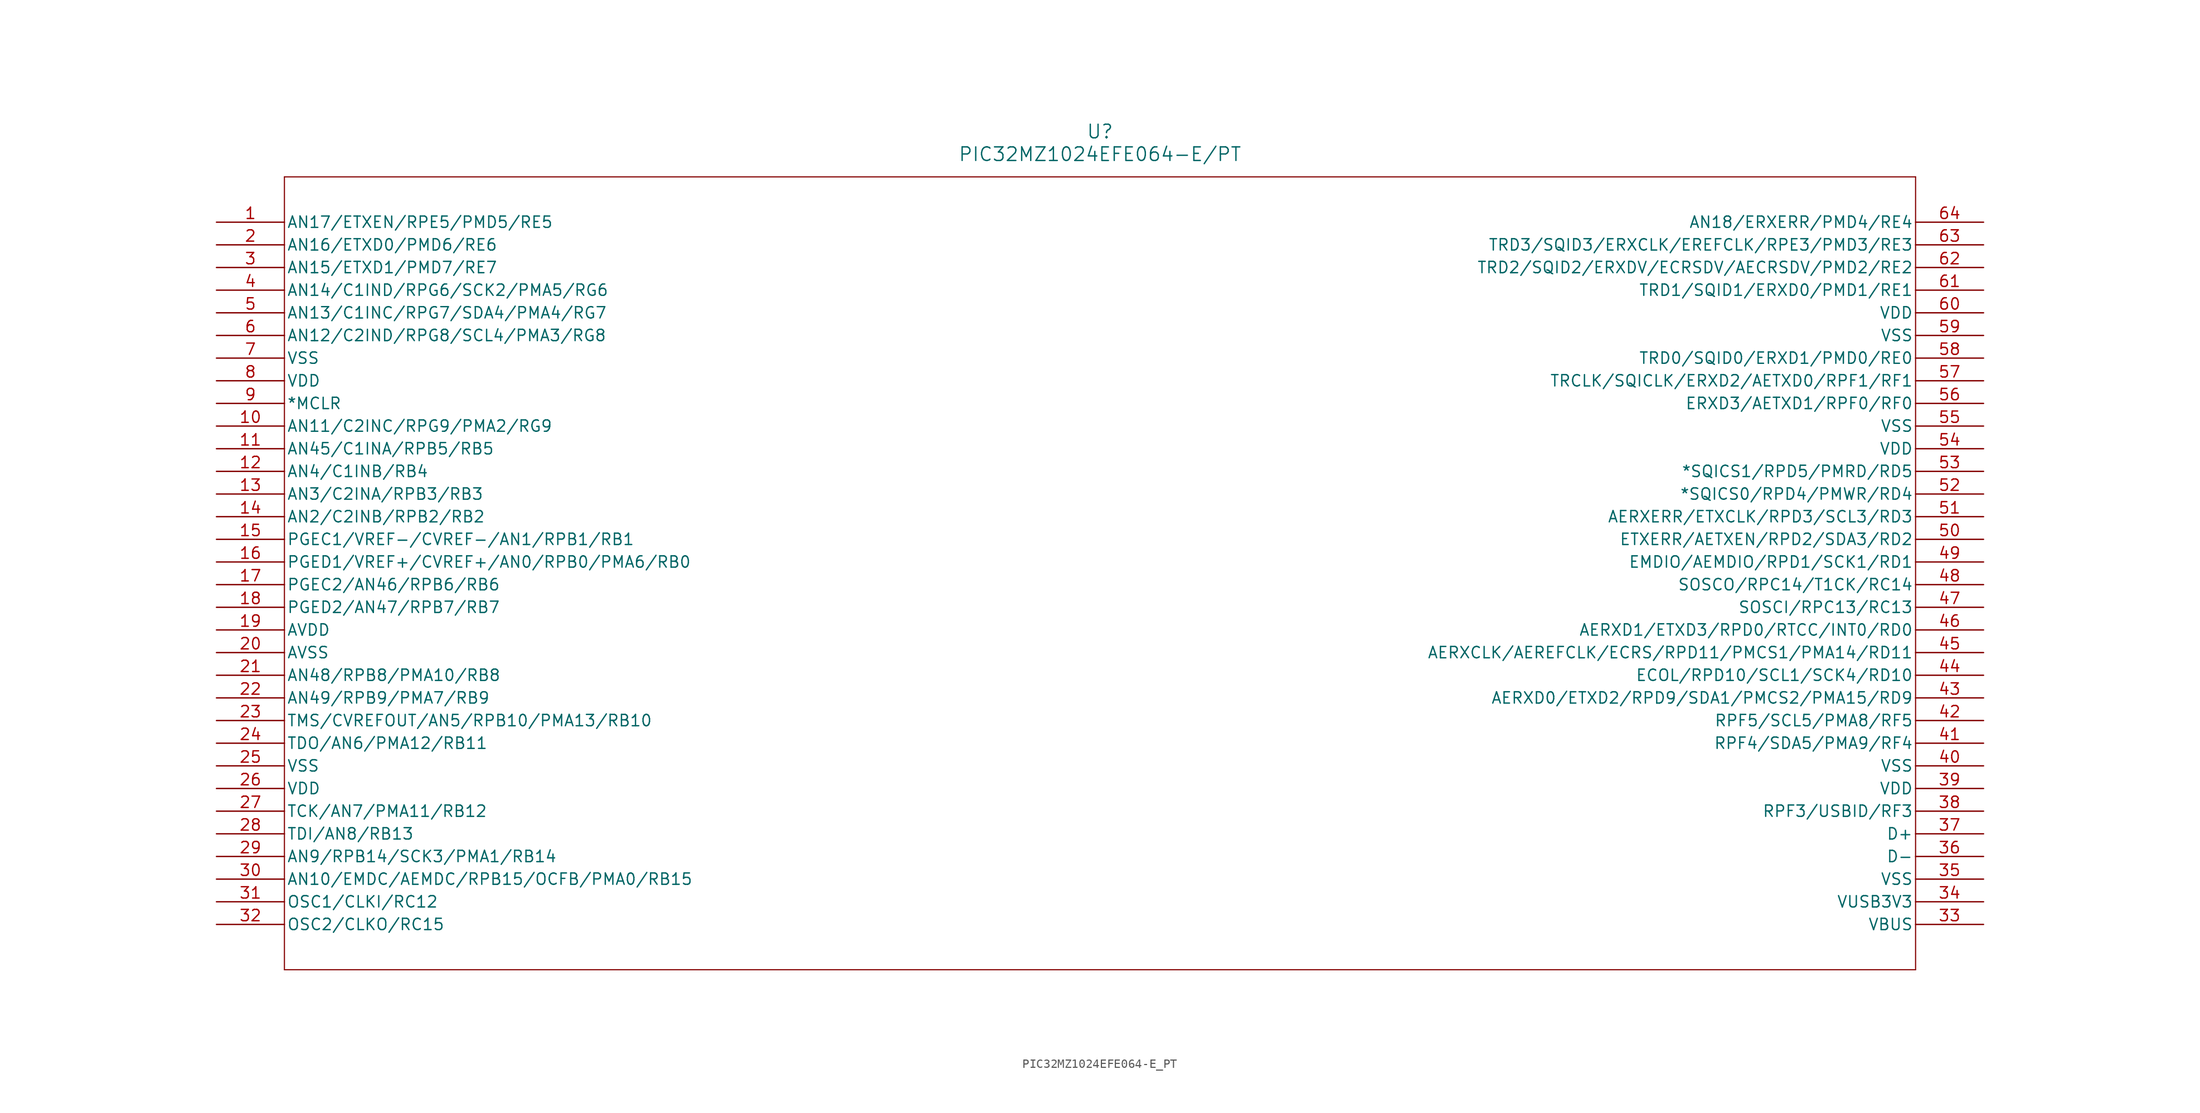
<source format=kicad_sym>
(kicad_symbol_lib
  (version 20211014)
  (generator kicad_symbol_editor)
  (symbol "PIC32MZ1024EFE064-E_PT"
    (pin_names
      (offset 0.254))
    (property "Reference" "U"
      (at 99.06 10.16 0)
      (effects (font (size 1.524 1.524))))
    (property "Value" "PIC32MZ1024EFE064-E/PT"
      (at 99.06 7.62 0)
      (effects (font (size 1.524 1.524))))
    (symbol "PIC32MZ1024EFE064-E_PT_0_1"
      (polyline (pts (xy 7.62 5.08) (xy 7.62 -83.82)) (stroke (width 0.127) (type default) (color 0 0 0 0)) (fill (type none)))
      (polyline (pts (xy 7.62 -83.82) (xy 190.5 -83.82)) (stroke (width 0.127) (type default) (color 0 0 0 0)) (fill (type none)))
      (polyline (pts (xy 190.5 -83.82) (xy 190.5 5.08)) (stroke (width 0.127) (type default) (color 0 0 0 0)) (fill (type none)))
      (polyline (pts (xy 190.5 5.08) (xy 7.62 5.08)) (stroke (width 0.127) (type default) (color 0 0 0 0)) (fill (type none)))
      (pin bidirectional line (at 0 0 0) (length 7.62) (name "AN17/ETXEN/RPE5/PMD5/RE5" (effects (font (size 1.27 1.27)))) (number "1" (effects (font (size 1.27 1.27)))))
      (pin bidirectional line (at 0 -2.54 0) (length 7.62) (name "AN16/ETXD0/PMD6/RE6" (effects (font (size 1.27 1.27)))) (number "2" (effects (font (size 1.27 1.27)))))
      (pin bidirectional line (at 0 -5.08 0) (length 7.62) (name "AN15/ETXD1/PMD7/RE7" (effects (font (size 1.27 1.27)))) (number "3" (effects (font (size 1.27 1.27)))))
      (pin bidirectional line (at 0 -7.62 0) (length 7.62) (name "AN14/C1IND/RPG6/SCK2/PMA5/RG6" (effects (font (size 1.27 1.27)))) (number "4" (effects (font (size 1.27 1.27)))))
      (pin bidirectional line (at 0 -10.16 0) (length 7.62) (name "AN13/C1INC/RPG7/SDA4/PMA4/RG7" (effects (font (size 1.27 1.27)))) (number "5" (effects (font (size 1.27 1.27)))))
      (pin bidirectional line (at 0 -12.7 0) (length 7.62) (name "AN12/C2IND/RPG8/SCL4/PMA3/RG8" (effects (font (size 1.27 1.27)))) (number "6" (effects (font (size 1.27 1.27)))))
      (pin power_out line (at 0 -15.24 0) (length 7.62) (name "VSS" (effects (font (size 1.27 1.27)))) (number "7" (effects (font (size 1.27 1.27)))))
      (pin power_in line (at 0 -17.78 0) (length 7.62) (name "VDD" (effects (font (size 1.27 1.27)))) (number "8" (effects (font (size 1.27 1.27)))))
      (pin input line (at 0 -20.32 0) (length 7.62) (name "*MCLR" (effects (font (size 1.27 1.27)))) (number "9" (effects (font (size 1.27 1.27)))))
      (pin bidirectional line (at 0 -22.86 0) (length 7.62) (name "AN11/C2INC/RPG9/PMA2/RG9" (effects (font (size 1.27 1.27)))) (number "10" (effects (font (size 1.27 1.27)))))
      (pin bidirectional line (at 0 -25.4 0) (length 7.62) (name "AN45/C1INA/RPB5/RB5" (effects (font (size 1.27 1.27)))) (number "11" (effects (font (size 1.27 1.27)))))
      (pin bidirectional line (at 0 -27.94 0) (length 7.62) (name "AN4/C1INB/RB4" (effects (font (size 1.27 1.27)))) (number "12" (effects (font (size 1.27 1.27)))))
      (pin bidirectional line (at 0 -30.48 0) (length 7.62) (name "AN3/C2INA/RPB3/RB3" (effects (font (size 1.27 1.27)))) (number "13" (effects (font (size 1.27 1.27)))))
      (pin bidirectional line (at 0 -33.02 0) (length 7.62) (name "AN2/C2INB/RPB2/RB2" (effects (font (size 1.27 1.27)))) (number "14" (effects (font (size 1.27 1.27)))))
      (pin bidirectional line (at 0 -35.56 0) (length 7.62) (name "PGEC1/VREF-/CVREF-/AN1/RPB1/RB1" (effects (font (size 1.27 1.27)))) (number "15" (effects (font (size 1.27 1.27)))))
      (pin bidirectional line (at 0 -38.1 0) (length 7.62) (name "PGED1/VREF+/CVREF+/AN0/RPB0/PMA6/RB0" (effects (font (size 1.27 1.27)))) (number "16" (effects (font (size 1.27 1.27)))))
      (pin bidirectional line (at 0 -40.64 0) (length 7.62) (name "PGEC2/AN46/RPB6/RB6" (effects (font (size 1.27 1.27)))) (number "17" (effects (font (size 1.27 1.27)))))
      (pin bidirectional line (at 0 -43.18 0) (length 7.62) (name "PGED2/AN47/RPB7/RB7" (effects (font (size 1.27 1.27)))) (number "18" (effects (font (size 1.27 1.27)))))
      (pin power_in line (at 0 -45.72 0) (length 7.62) (name "AVDD" (effects (font (size 1.27 1.27)))) (number "19" (effects (font (size 1.27 1.27)))))
      (pin power_out line (at 0 -48.26 0) (length 7.62) (name "AVSS" (effects (font (size 1.27 1.27)))) (number "20" (effects (font (size 1.27 1.27)))))
      (pin bidirectional line (at 0 -50.8 0) (length 7.62) (name "AN48/RPB8/PMA10/RB8" (effects (font (size 1.27 1.27)))) (number "21" (effects (font (size 1.27 1.27)))))
      (pin bidirectional line (at 0 -53.34 0) (length 7.62) (name "AN49/RPB9/PMA7/RB9" (effects (font (size 1.27 1.27)))) (number "22" (effects (font (size 1.27 1.27)))))
      (pin bidirectional line (at 0 -55.88 0) (length 7.62) (name "TMS/CVREFOUT/AN5/RPB10/PMA13/RB10" (effects (font (size 1.27 1.27)))) (number "23" (effects (font (size 1.27 1.27)))))
      (pin bidirectional line (at 0 -58.42 0) (length 7.62) (name "TDO/AN6/PMA12/RB11" (effects (font (size 1.27 1.27)))) (number "24" (effects (font (size 1.27 1.27)))))
      (pin power_out line (at 0 -60.96 0) (length 7.62) (name "VSS" (effects (font (size 1.27 1.27)))) (number "25" (effects (font (size 1.27 1.27)))))
      (pin power_in line (at 0 -63.5 0) (length 7.62) (name "VDD" (effects (font (size 1.27 1.27)))) (number "26" (effects (font (size 1.27 1.27)))))
      (pin bidirectional line (at 0 -66.04 0) (length 7.62) (name "TCK/AN7/PMA11/RB12" (effects (font (size 1.27 1.27)))) (number "27" (effects (font (size 1.27 1.27)))))
      (pin bidirectional line (at 0 -68.58 0) (length 7.62) (name "TDI/AN8/RB13" (effects (font (size 1.27 1.27)))) (number "28" (effects (font (size 1.27 1.27)))))
      (pin bidirectional line (at 0 -71.12 0) (length 7.62) (name "AN9/RPB14/SCK3/PMA1/RB14" (effects (font (size 1.27 1.27)))) (number "29" (effects (font (size 1.27 1.27)))))
      (pin bidirectional line (at 0 -73.66 0) (length 7.62) (name "AN10/EMDC/AEMDC/RPB15/OCFB/PMA0/RB15" (effects (font (size 1.27 1.27)))) (number "30" (effects (font (size 1.27 1.27)))))
      (pin bidirectional line (at 0 -76.2 0) (length 7.62) (name "OSC1/CLKI/RC12" (effects (font (size 1.27 1.27)))) (number "31" (effects (font (size 1.27 1.27)))))
      (pin bidirectional line (at 0 -78.74 0) (length 7.62) (name "OSC2/CLKO/RC15" (effects (font (size 1.27 1.27)))) (number "32" (effects (font (size 1.27 1.27)))))
      (pin power_in line (at 198.12 -78.74 180) (length 7.62) (name "VBUS" (effects (font (size 1.27 1.27)))) (number "33" (effects (font (size 1.27 1.27)))))
      (pin power_in line (at 198.12 -76.2 180) (length 7.62) (name "VUSB3V3" (effects (font (size 1.27 1.27)))) (number "34" (effects (font (size 1.27 1.27)))))
      (pin power_out line (at 198.12 -73.66 180) (length 7.62) (name "VSS" (effects (font (size 1.27 1.27)))) (number "35" (effects (font (size 1.27 1.27)))))
      (pin bidirectional line (at 198.12 -71.12 180) (length 7.62) (name "D-" (effects (font (size 1.27 1.27)))) (number "36" (effects (font (size 1.27 1.27)))))
      (pin bidirectional line (at 198.12 -68.58 180) (length 7.62) (name "D+" (effects (font (size 1.27 1.27)))) (number "37" (effects (font (size 1.27 1.27)))))
      (pin bidirectional line (at 198.12 -66.04 180) (length 7.62) (name "RPF3/USBID/RF3" (effects (font (size 1.27 1.27)))) (number "38" (effects (font (size 1.27 1.27)))))
      (pin power_in line (at 198.12 -63.5 180) (length 7.62) (name "VDD" (effects (font (size 1.27 1.27)))) (number "39" (effects (font (size 1.27 1.27)))))
      (pin power_out line (at 198.12 -60.96 180) (length 7.62) (name "VSS" (effects (font (size 1.27 1.27)))) (number "40" (effects (font (size 1.27 1.27)))))
      (pin bidirectional line (at 198.12 -58.42 180) (length 7.62) (name "RPF4/SDA5/PMA9/RF4" (effects (font (size 1.27 1.27)))) (number "41" (effects (font (size 1.27 1.27)))))
      (pin bidirectional line (at 198.12 -55.88 180) (length 7.62) (name "RPF5/SCL5/PMA8/RF5" (effects (font (size 1.27 1.27)))) (number "42" (effects (font (size 1.27 1.27)))))
      (pin bidirectional line (at 198.12 -53.34 180) (length 7.62) (name "AERXD0/ETXD2/RPD9/SDA1/PMCS2/PMA15/RD9" (effects (font (size 1.27 1.27)))) (number "43" (effects (font (size 1.27 1.27)))))
      (pin bidirectional line (at 198.12 -50.8 180) (length 7.62) (name "ECOL/RPD10/SCL1/SCK4/RD10" (effects (font (size 1.27 1.27)))) (number "44" (effects (font (size 1.27 1.27)))))
      (pin bidirectional line (at 198.12 -48.26 180) (length 7.62) (name "AERXCLK/AEREFCLK/ECRS/RPD11/PMCS1/PMA14/RD11" (effects (font (size 1.27 1.27)))) (number "45" (effects (font (size 1.27 1.27)))))
      (pin bidirectional line (at 198.12 -45.72 180) (length 7.62) (name "AERXD1/ETXD3/RPD0/RTCC/INT0/RD0" (effects (font (size 1.27 1.27)))) (number "46" (effects (font (size 1.27 1.27)))))
      (pin bidirectional line (at 198.12 -43.18 180) (length 7.62) (name "SOSCI/RPC13/RC13" (effects (font (size 1.27 1.27)))) (number "47" (effects (font (size 1.27 1.27)))))
      (pin bidirectional line (at 198.12 -40.64 180) (length 7.62) (name "SOSCO/RPC14/T1CK/RC14" (effects (font (size 1.27 1.27)))) (number "48" (effects (font (size 1.27 1.27)))))
      (pin bidirectional line (at 198.12 -38.1 180) (length 7.62) (name "EMDIO/AEMDIO/RPD1/SCK1/RD1" (effects (font (size 1.27 1.27)))) (number "49" (effects (font (size 1.27 1.27)))))
      (pin bidirectional line (at 198.12 -35.56 180) (length 7.62) (name "ETXERR/AETXEN/RPD2/SDA3/RD2" (effects (font (size 1.27 1.27)))) (number "50" (effects (font (size 1.27 1.27)))))
      (pin bidirectional line (at 198.12 -33.02 180) (length 7.62) (name "AERXERR/ETXCLK/RPD3/SCL3/RD3" (effects (font (size 1.27 1.27)))) (number "51" (effects (font (size 1.27 1.27)))))
      (pin bidirectional line (at 198.12 -30.48 180) (length 7.62) (name "*SQICS0/RPD4/PMWR/RD4" (effects (font (size 1.27 1.27)))) (number "52" (effects (font (size 1.27 1.27)))))
      (pin bidirectional line (at 198.12 -27.94 180) (length 7.62) (name "*SQICS1/RPD5/PMRD/RD5" (effects (font (size 1.27 1.27)))) (number "53" (effects (font (size 1.27 1.27)))))
      (pin power_in line (at 198.12 -25.4 180) (length 7.62) (name "VDD" (effects (font (size 1.27 1.27)))) (number "54" (effects (font (size 1.27 1.27)))))
      (pin power_out line (at 198.12 -22.86 180) (length 7.62) (name "VSS" (effects (font (size 1.27 1.27)))) (number "55" (effects (font (size 1.27 1.27)))))
      (pin bidirectional line (at 198.12 -20.32 180) (length 7.62) (name "ERXD3/AETXD1/RPF0/RF0" (effects (font (size 1.27 1.27)))) (number "56" (effects (font (size 1.27 1.27)))))
      (pin bidirectional line (at 198.12 -17.78 180) (length 7.62) (name "TRCLK/SQICLK/ERXD2/AETXD0/RPF1/RF1" (effects (font (size 1.27 1.27)))) (number "57" (effects (font (size 1.27 1.27)))))
      (pin bidirectional line (at 198.12 -15.24 180) (length 7.62) (name "TRD0/SQID0/ERXD1/PMD0/RE0" (effects (font (size 1.27 1.27)))) (number "58" (effects (font (size 1.27 1.27)))))
      (pin power_out line (at 198.12 -12.7 180) (length 7.62) (name "VSS" (effects (font (size 1.27 1.27)))) (number "59" (effects (font (size 1.27 1.27)))))
      (pin power_in line (at 198.12 -10.16 180) (length 7.62) (name "VDD" (effects (font (size 1.27 1.27)))) (number "60" (effects (font (size 1.27 1.27)))))
      (pin bidirectional line (at 198.12 -7.62 180) (length 7.62) (name "TRD1/SQID1/ERXD0/PMD1/RE1" (effects (font (size 1.27 1.27)))) (number "61" (effects (font (size 1.27 1.27)))))
      (pin bidirectional line (at 198.12 -5.08 180) (length 7.62) (name "TRD2/SQID2/ERXDV/ECRSDV/AECRSDV/PMD2/RE2" (effects (font (size 1.27 1.27)))) (number "62" (effects (font (size 1.27 1.27)))))
      (pin bidirectional line (at 198.12 -2.54 180) (length 7.62) (name "TRD3/SQID3/ERXCLK/EREFCLK/RPE3/PMD3/RE3" (effects (font (size 1.27 1.27)))) (number "63" (effects (font (size 1.27 1.27)))))
      (pin bidirectional line (at 198.12 0 180) (length 7.62) (name "AN18/ERXERR/PMD4/RE4" (effects (font (size 1.27 1.27)))) (number "64" (effects (font (size 1.27 1.27))))))))
</source>
